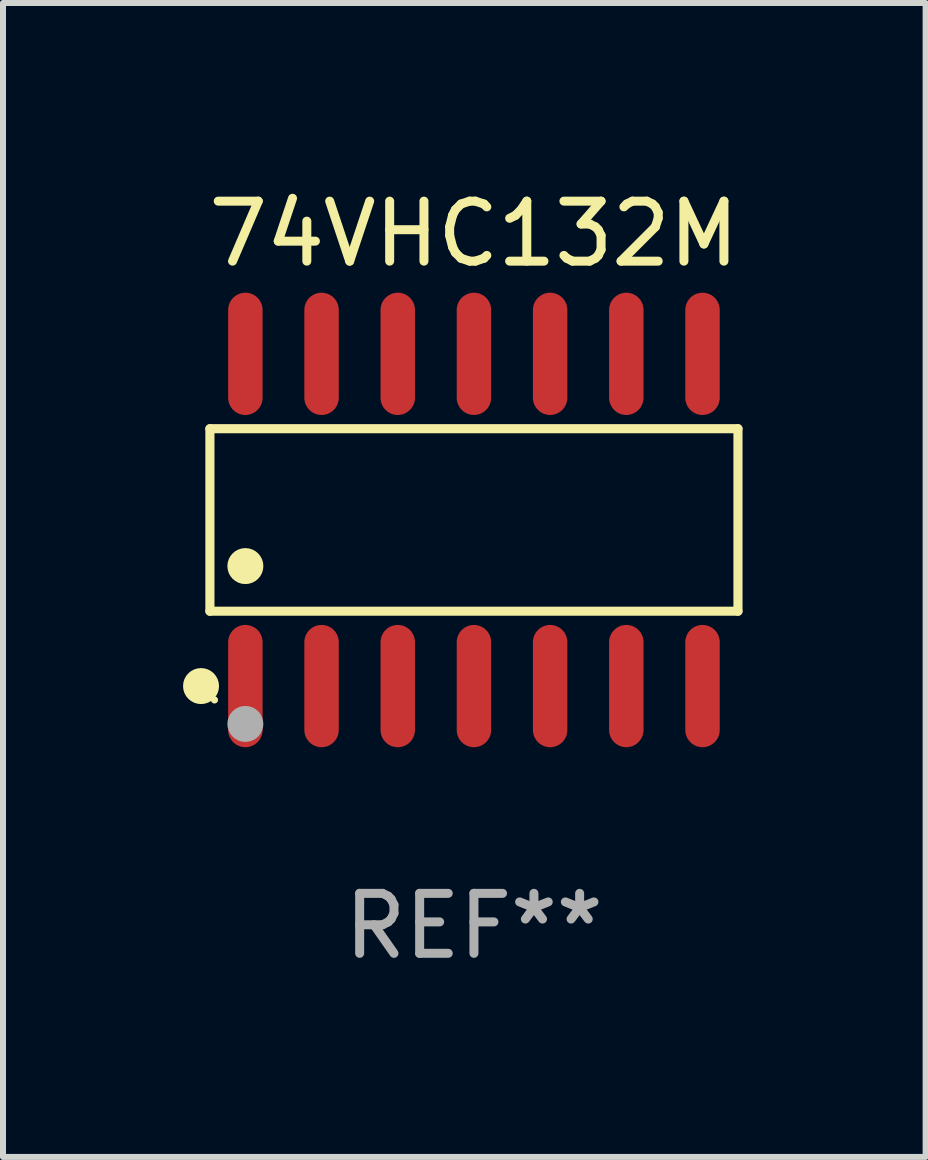
<source format=kicad_pcb>
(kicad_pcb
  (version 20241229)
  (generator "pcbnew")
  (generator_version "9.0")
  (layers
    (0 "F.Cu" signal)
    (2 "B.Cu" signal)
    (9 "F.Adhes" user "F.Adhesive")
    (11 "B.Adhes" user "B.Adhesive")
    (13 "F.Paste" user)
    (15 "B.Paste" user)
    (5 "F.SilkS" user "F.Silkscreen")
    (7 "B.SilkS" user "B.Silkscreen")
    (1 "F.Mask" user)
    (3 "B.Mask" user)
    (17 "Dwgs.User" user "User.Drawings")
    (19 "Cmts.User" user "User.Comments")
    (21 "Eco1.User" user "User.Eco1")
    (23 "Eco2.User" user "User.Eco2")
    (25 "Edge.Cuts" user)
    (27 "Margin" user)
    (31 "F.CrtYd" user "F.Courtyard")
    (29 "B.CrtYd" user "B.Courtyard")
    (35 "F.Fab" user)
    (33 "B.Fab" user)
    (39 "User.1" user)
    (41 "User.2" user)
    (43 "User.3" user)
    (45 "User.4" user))
  (footprint "74VHC132M"
    (layer "F.Cu")
    (at 4.85 5.617)
    (property "Reference" "74VHC132M" (at 0 -4.769 0) (layer "F.SilkS") (effects (font (size 1 1) (thickness 0.15))))
    (attr through_hole)
    (fp_line (start -4.401 -1.521) (end 4.401 -1.521) (stroke (width 0.152) (type solid)) (layer "F.SilkS"))
    (fp_line (start -4.401 1.521) (end -4.401 -1.521) (stroke (width 0.152) (type solid)) (layer "F.SilkS"))
    (fp_line (start 4.401 -1.521) (end 4.401 1.521) (stroke (width 0.152) (type solid)) (layer "F.SilkS"))
    (fp_line (start 4.401 1.521) (end -4.401 1.521) (stroke (width 0.152) (type solid)) (layer "F.SilkS"))
    (fp_circle (center -4.549 2.769) (end -4.399 2.769) (stroke (width 0.3) (type solid)) (fill no) (layer "F.SilkS"))
    (fp_circle (center -4.325 3) (end -4.295 3) (stroke (width 0.06) (type solid)) (fill no) (layer "F.SilkS"))
    (fp_circle (center -3.81 0.769) (end -3.66 0.769) (stroke (width 0.3) (type solid)) (fill no) (layer "F.SilkS"))
    (fp_circle (center -3.81 3.4) (end -3.66 3.4) (stroke (width 0.3) (type solid)) (fill no) (layer "F.Fab"))
    (fp_text user "REF**" (at 0 6.769 0) (layer "F.Fab") (effects (font (size 1 1) (thickness 0.15))))
    (pad "1" smd oval (at -3.81 2.769) (size 0.574 2.038) (layers "F.Cu" "F.Mask" "F.Paste"))
    (pad "2" smd oval (at -2.54 2.769) (size 0.574 2.038) (layers "F.Cu" "F.Mask" "F.Paste"))
    (pad "3" smd oval (at -1.27 2.769) (size 0.574 2.038) (layers "F.Cu" "F.Mask" "F.Paste"))
    (pad "4" smd oval (at 0 2.769) (size 0.574 2.038) (layers "F.Cu" "F.Mask" "F.Paste"))
    (pad "5" smd oval (at 1.27 2.769) (size 0.574 2.038) (layers "F.Cu" "F.Mask" "F.Paste"))
    (pad "6" smd oval (at 2.54 2.769) (size 0.574 2.038) (layers "F.Cu" "F.Mask" "F.Paste"))
    (pad "7" smd oval (at 3.81 2.769) (size 0.574 2.038) (layers "F.Cu" "F.Mask" "F.Paste"))
    (pad "8" smd oval (at 3.81 -2.769) (size 0.574 2.038) (layers "F.Cu" "F.Mask" "F.Paste"))
    (pad "9" smd oval (at 2.54 -2.769) (size 0.574 2.038) (layers "F.Cu" "F.Mask" "F.Paste"))
    (pad "10" smd oval (at 1.27 -2.769) (size 0.574 2.038) (layers "F.Cu" "F.Mask" "F.Paste"))
    (pad "11" smd oval (at 0 -2.769) (size 0.574 2.038) (layers "F.Cu" "F.Mask" "F.Paste"))
    (pad "12" smd oval (at -1.27 -2.769) (size 0.574 2.038) (layers "F.Cu" "F.Mask" "F.Paste"))
    (pad "13" smd oval (at -2.54 -2.769) (size 0.574 2.038) (layers "F.Cu" "F.Mask" "F.Paste"))
    (pad "14" smd oval (at -3.81 -2.769) (size 0.574 2.038) (layers "F.Cu" "F.Mask" "F.Paste")))
  (gr_rect
    (start -3 -3)
    (end 12.379 16.235)
    (stroke (width 0.1) (type default))
    (fill no)
    (layer "Edge.Cuts")))
</source>
